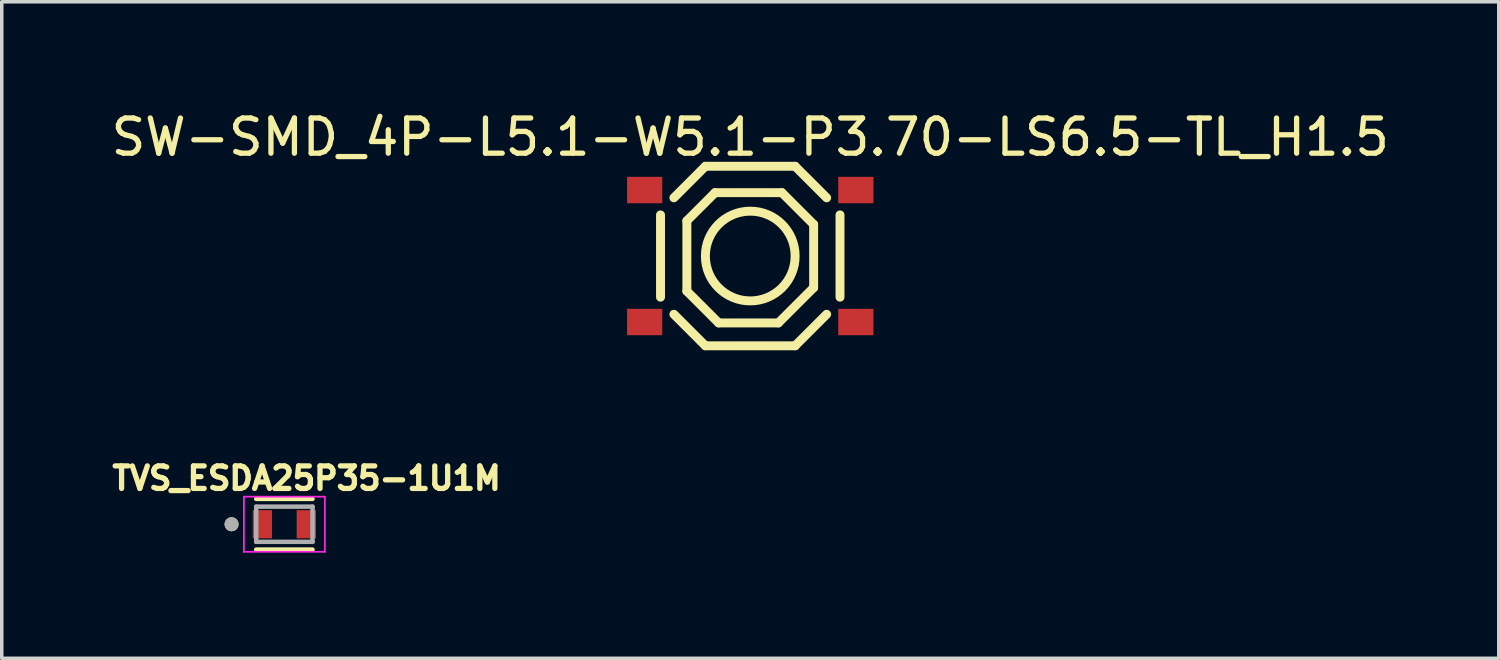
<source format=kicad_pcb>
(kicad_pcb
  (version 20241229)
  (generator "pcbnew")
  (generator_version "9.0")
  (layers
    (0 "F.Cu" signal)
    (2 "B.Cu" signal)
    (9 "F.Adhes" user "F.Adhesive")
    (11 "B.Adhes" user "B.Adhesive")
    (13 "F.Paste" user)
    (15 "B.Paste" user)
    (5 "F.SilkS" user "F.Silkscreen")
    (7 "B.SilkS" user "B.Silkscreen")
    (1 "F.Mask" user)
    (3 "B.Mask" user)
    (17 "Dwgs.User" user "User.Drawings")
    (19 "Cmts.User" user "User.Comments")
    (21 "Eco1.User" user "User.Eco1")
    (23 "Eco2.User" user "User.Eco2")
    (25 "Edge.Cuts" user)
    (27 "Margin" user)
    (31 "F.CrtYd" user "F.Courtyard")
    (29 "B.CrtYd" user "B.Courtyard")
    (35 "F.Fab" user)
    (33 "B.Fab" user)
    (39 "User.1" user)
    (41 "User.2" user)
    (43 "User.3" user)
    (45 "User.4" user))
  (footprint "TVS_ESDA25P35-1U1M"
    (layer "F.Cu")
    (at 5.03 11.846)
    (property "Reference" "TVS_ESDA25P35-1U1M" (at 0.632 -1.306 0) (layer "F.SilkS") (effects (font (size 0.64 0.64) (thickness 0.15))))
    (attr smd)
    (fp_line (start -0.8 -0.72) (end 0.8 -0.72) (stroke (width 0.127) (type solid)) (layer "F.SilkS"))
    (fp_line (start -0.8 0.72) (end 0.8 0.72) (stroke (width 0.127) (type solid)) (layer "F.SilkS"))
    (fp_circle (center -1.5 0) (end -1.4 0) (stroke (width 0.2) (type solid)) (fill no) (layer "F.SilkS"))
    (fp_poly (pts (xy -0.885 -0.38) (xy -0.365 -0.38) (xy -0.365 0.38) (xy -0.885 0.38)) (stroke (width 0.01) (type solid)) (fill yes) (layer "F.Paste"))
    (fp_poly (pts (xy 0.365 -0.38) (xy 0.885 -0.38) (xy 0.885 0.38) (xy 0.365 0.38)) (stroke (width 0.01) (type solid)) (fill yes) (layer "F.Paste"))
    (fp_line (start -1.15 -0.783) (end -1.15 0.783) (stroke (width 0.05) (type solid)) (layer "F.CrtYd"))
    (fp_line (start -1.15 0.783) (end 1.15 0.783) (stroke (width 0.05) (type solid)) (layer "F.CrtYd"))
    (fp_line (start 1.15 -0.783) (end -1.15 -0.783) (stroke (width 0.05) (type solid)) (layer "F.CrtYd"))
    (fp_line (start 1.15 0.783) (end 1.15 -0.783) (stroke (width 0.05) (type solid)) (layer "F.CrtYd"))
    (fp_line (start -0.8 -0.5) (end 0.8 -0.5) (stroke (width 0.127) (type solid)) (layer "F.Fab"))
    (fp_line (start -0.8 0.5) (end -0.8 -0.5) (stroke (width 0.127) (type solid)) (layer "F.Fab"))
    (fp_line (start 0.8 -0.5) (end 0.8 0.5) (stroke (width 0.127) (type solid)) (layer "F.Fab"))
    (fp_line (start 0.8 0.5) (end -0.8 0.5) (stroke (width 0.127) (type solid)) (layer "F.Fab"))
    (fp_circle (center -1.5 0) (end -1.4 0) (stroke (width 0.2) (type solid)) (fill no) (layer "F.Fab"))
    (pad "A" smd rect (at 0.625 0) (size 0.55 0.8) (layers "F.Cu" "F.Mask"))
    (pad "C" smd rect (at -0.625 0) (size 0.55 0.8) (layers "F.Cu" "F.Mask")))
  (footprint "SW-SMD_4P-L5.1-W5.1-P3.70-LS6.5-TL_H1.5"
    (layer "F.Cu")
    (at 18.268 4.225)
    (property "Reference" "SW-SMD_4P-L5.1-W5.1-P3.70-LS6.5-TL_H1.5" (at 0 -3.377 0) (layer "F.SilkS") (effects (font (size 1 1) (thickness 0.15))))
    (fp_line (start -2.55 -1.169) (end -2.55 1.169) (stroke (width 0.254) (type default)) (layer "F.SilkS"))
    (fp_line (start -2.17 1.655) (end -1.275 2.55) (stroke (width 0.254) (type default)) (layer "F.SilkS"))
    (fp_line (start -1.801 -1.001) (end -1.001 -1.801) (stroke (width 0.254) (type default)) (layer "F.SilkS"))
    (fp_line (start -1.801 0.998) (end -1.801 -1.001) (stroke (width 0.254) (type default)) (layer "F.SilkS"))
    (fp_line (start -1.275 -2.55) (end -2.17 -1.655) (stroke (width 0.254) (type default)) (layer "F.SilkS"))
    (fp_line (start -1.275 -2.55) (end 1.275 -2.55) (stroke (width 0.254) (type default)) (layer "F.SilkS"))
    (fp_line (start -1.275 2.55) (end 1.275 2.55) (stroke (width 0.254) (type default)) (layer "F.SilkS"))
    (fp_line (start -1.001 -1.801) (end 0.899 -1.801) (stroke (width 0.254) (type default)) (layer "F.SilkS"))
    (fp_line (start -0.899 1.9) (end -1.801 0.998) (stroke (width 0.254) (type default)) (layer "F.SilkS"))
    (fp_line (start 0.8 1.9) (end -0.899 1.9) (stroke (width 0.254) (type default)) (layer "F.SilkS"))
    (fp_line (start 0.899 -1.801) (end 1.801 -0.899) (stroke (width 0.254) (type default)) (layer "F.SilkS"))
    (fp_line (start 1.275 -2.55) (end 2.17 -1.655) (stroke (width 0.254) (type default)) (layer "F.SilkS"))
    (fp_line (start 1.801 -0.899) (end 1.801 0.899) (stroke (width 0.254) (type default)) (layer "F.SilkS"))
    (fp_line (start 1.801 0.899) (end 0.8 1.9) (stroke (width 0.254) (type default)) (layer "F.SilkS"))
    (fp_line (start 2.17 1.655) (end 1.275 2.55) (stroke (width 0.254) (type default)) (layer "F.SilkS"))
    (fp_line (start 2.55 -1.169) (end 2.55 1.169) (stroke (width 0.254) (type default)) (layer "F.SilkS"))
    (fp_circle (center 0 0) (end 1.275 0) (stroke (width 0.254) (type default)) (fill no) (layer "F.SilkS"))
    (fp_poly (pts (xy -3.25 -1.599) (xy -3.25 -2.099) (xy -2.85 -2.099) (xy -2.85 -1.599)) (stroke (width 0.1) (type default)) (fill no) (layer "User.1"))
    (fp_poly (pts (xy -3.25 2.1) (xy -3.25 1.601) (xy -2.85 1.601) (xy -2.85 2.1)) (stroke (width 0.1) (type default)) (fill no) (layer "User.1"))
    (fp_poly (pts (xy -2.2 -1.599) (xy -1.7 -2.099) (xy -2.86 -2.1) (xy -2.86 -1.6)) (stroke (width 0.1) (type default)) (fill no) (layer "User.1"))
    (fp_poly (pts (xy -2.2 1.6) (xy -1.7 2.1) (xy -2.86 2.1) (xy -2.86 1.6)) (stroke (width 0.1) (type default)) (fill no) (layer "User.1"))
    (fp_poly (pts (xy 2.2 -1.6) (xy 1.7 -2.1) (xy 2.86 -2.1) (xy 2.86 -1.601)) (stroke (width 0.1) (type default)) (fill no) (layer "User.1"))
    (fp_poly (pts (xy 2.201 1.601) (xy 1.7 2.1) (xy 2.861 2.101) (xy 2.861 1.601)) (stroke (width 0.1) (type default)) (fill no) (layer "User.1"))
    (fp_poly (pts (xy 2.85 -1.601) (xy 2.85 -2.1) (xy 3.25 -2.1) (xy 3.25 -1.601)) (stroke (width 0.1) (type default)) (fill no) (layer "User.1"))
    (fp_poly (pts (xy 2.85 2.1) (xy 2.85 1.601) (xy 3.25 1.601) (xy 3.25 2.1)) (stroke (width 0.1) (type default)) (fill no) (layer "User.1"))
    (fp_line (start -2.55 -1.3) (end -1.3 -2.55) (stroke (width 0.051) (type default)) (layer "User.2"))
    (fp_line (start -2.55 1.3) (end -2.55 -1.3) (stroke (width 0.051) (type default)) (layer "User.2"))
    (fp_line (start -1.3 -2.55) (end 1.3 -2.55) (stroke (width 0.051) (type default)) (layer "User.2"))
    (fp_line (start -1.3 2.55) (end -2.55 1.3) (stroke (width 0.051) (type default)) (layer "User.2"))
    (fp_line (start 1.3 -2.55) (end 2.55 -1.3) (stroke (width 0.051) (type default)) (layer "User.2"))
    (fp_line (start 1.3 2.55) (end -1.3 2.55) (stroke (width 0.051) (type default)) (layer "User.2"))
    (fp_line (start 2.55 -1.3) (end 2.55 1.3) (stroke (width 0.051) (type default)) (layer "User.2"))
    (fp_line (start 2.55 1.3) (end 1.3 2.55) (stroke (width 0.051) (type default)) (layer "User.2"))
    (fp_poly (pts (xy -3.195 -2.573) (xy -3.227 -2.605) (xy -3.273 -2.605) (xy -3.305 -2.573) (xy -3.305 -2.527) (xy -3.273 -2.495) (xy -3.227 -2.495) (xy -3.195 -2.527)) (stroke (width 0.1) (type default)) (fill no) (layer "User.3"))
    (pad "1" smd rect (at -3 -1.875) (size 1 0.75) (layers "F.Cu" "F.Mask" "F.Paste"))
    (pad "2" smd rect (at 3 -1.875) (size 1 0.75) (layers "F.Cu" "F.Mask" "F.Paste"))
    (pad "3" smd rect (at -3 1.875) (size 1 0.75) (layers "F.Cu" "F.Mask" "F.Paste"))
    (pad "4" smd rect (at 3 1.875) (size 1 0.75) (layers "F.Cu" "F.Mask" "F.Paste")))
  (gr_rect
    (start -3 -3)
    (end 39.536 15.655)
    (stroke (width 0.1) (type default))
    (fill no)
    (layer "Edge.Cuts")))
</source>
